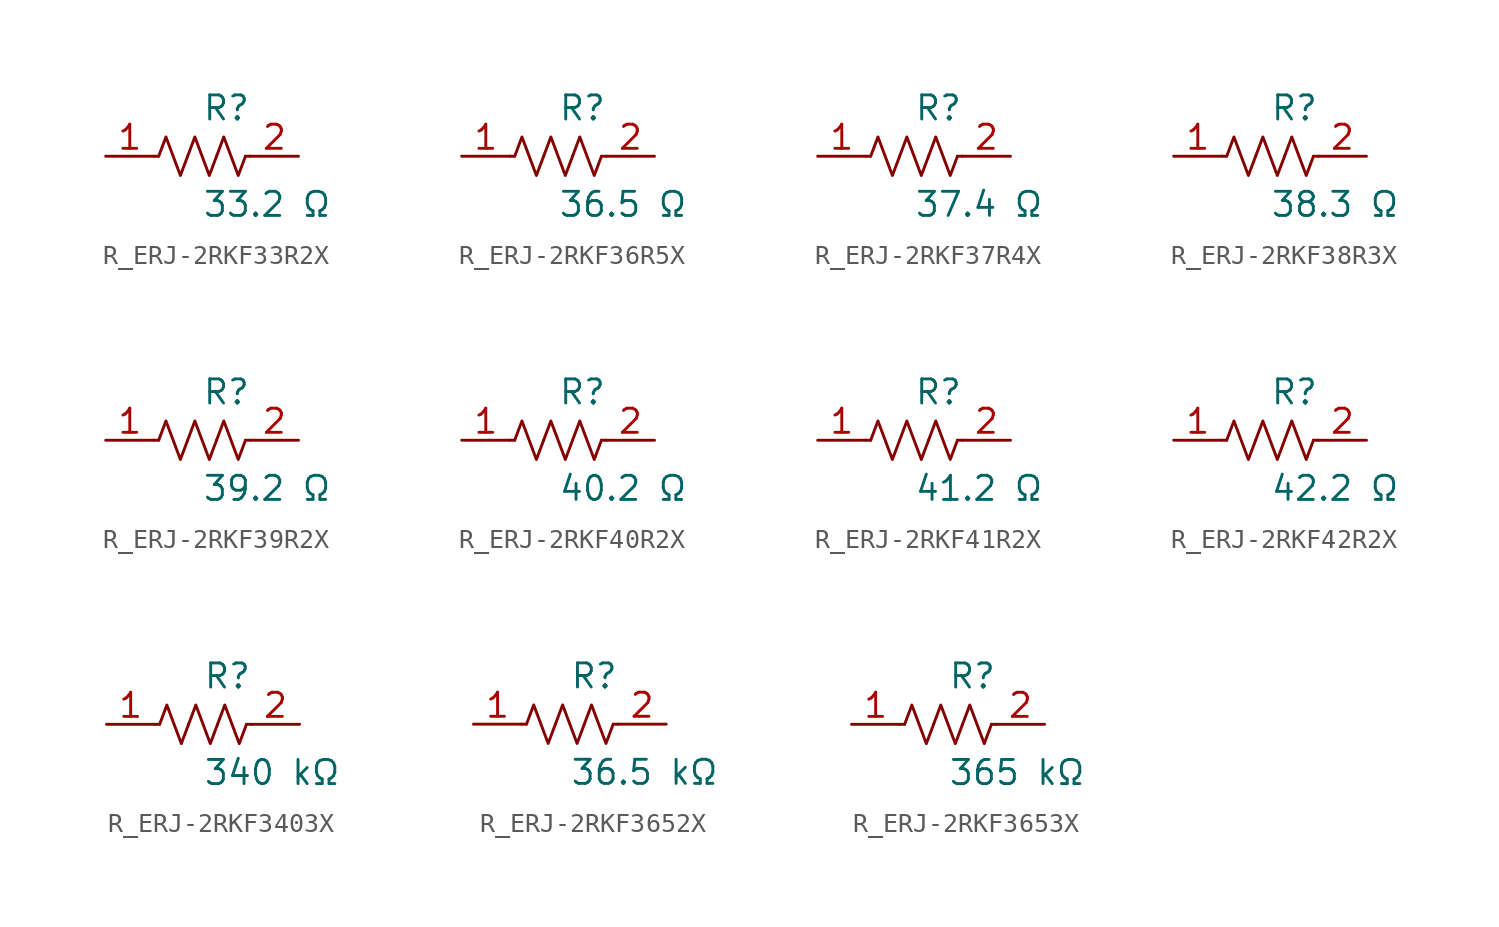
<source format=kicad_sym>
(kicad_symbol_lib
  (version 20231120)
  (generator kicad_symbol_editor)
  (generator_version 8.0)
  (symbol "R_ERJ-2RKF33R2X"
    (pin_names
      (offset 0.254))
    (property "Reference" "R"
      (at 0.0 2.54 0)
      (effects (font (size 1.27 1.27)) (justify left)))
    (property "Value" "33.2 Ω"
      (at 0.0 -2.54 0)
      (effects (font (size 1.27 1.27)) (justify left)))
    (symbol "R_ERJ-2RKF33R2X_0_1"
      (polyline (pts (xy 2.286 0) (xy 2.54 0)) (stroke (width 0) (type default)) (fill (type none)))
      (polyline (pts (xy -2.286 0) (xy -2.54 0)) (stroke (width 0) (type default)) (fill (type none)))
      (polyline (pts (xy 0.762 0) (xy 1.143 1.016) (xy 1.524 0) (xy 1.905 -1.016) (xy 2.286 0)) (stroke (width 0) (type default)) (fill (type none)))
      (polyline (pts (xy -0.762 0) (xy -0.381 1.016) (xy 0 0) (xy 0.381 -1.016) (xy 0.762 0)) (stroke (width 0) (type default)) (fill (type none)))
      (polyline (pts (xy -2.286 0) (xy -1.905 1.016) (xy -1.524 0) (xy -1.143 -1.016) (xy -0.762 0)) (stroke (width 0) (type default)) (fill (type none))))
    (pin unspecified line
      (at -5.08 0 0)
      (length 2.54)
      (name "" (effects (font (size 1.27 1.27))))
      (number "1" (effects (font (size 1.27 1.27)))))
    (pin unspecified line
      (at 5.08 0 180)
      (length 2.54)
      (name "" (effects (font (size 1.27 1.27))))
      (number "2" (effects (font (size 1.27 1.27))))))
  (symbol "R_ERJ-2RKF36R5X"
    (pin_names
      (offset 0.254))
    (property "Reference" "R"
      (at 0.0 2.54 0)
      (effects (font (size 1.27 1.27)) (justify left)))
    (property "Value" "36.5 Ω"
      (at 0.0 -2.54 0)
      (effects (font (size 1.27 1.27)) (justify left)))
    (symbol "R_ERJ-2RKF36R5X_0_1"
      (polyline (pts (xy 2.286 0) (xy 2.54 0)) (stroke (width 0) (type default)) (fill (type none)))
      (polyline (pts (xy -2.286 0) (xy -2.54 0)) (stroke (width 0) (type default)) (fill (type none)))
      (polyline (pts (xy 0.762 0) (xy 1.143 1.016) (xy 1.524 0) (xy 1.905 -1.016) (xy 2.286 0)) (stroke (width 0) (type default)) (fill (type none)))
      (polyline (pts (xy -0.762 0) (xy -0.381 1.016) (xy 0 0) (xy 0.381 -1.016) (xy 0.762 0)) (stroke (width 0) (type default)) (fill (type none)))
      (polyline (pts (xy -2.286 0) (xy -1.905 1.016) (xy -1.524 0) (xy -1.143 -1.016) (xy -0.762 0)) (stroke (width 0) (type default)) (fill (type none))))
    (pin unspecified line
      (at -5.08 0 0)
      (length 2.54)
      (name "" (effects (font (size 1.27 1.27))))
      (number "1" (effects (font (size 1.27 1.27)))))
    (pin unspecified line
      (at 5.08 0 180)
      (length 2.54)
      (name "" (effects (font (size 1.27 1.27))))
      (number "2" (effects (font (size 1.27 1.27))))))
  (symbol "R_ERJ-2RKF37R4X"
    (pin_names
      (offset 0.254))
    (property "Reference" "R"
      (at 0.0 2.54 0)
      (effects (font (size 1.27 1.27)) (justify left)))
    (property "Value" "37.4 Ω"
      (at 0.0 -2.54 0)
      (effects (font (size 1.27 1.27)) (justify left)))
    (symbol "R_ERJ-2RKF37R4X_0_1"
      (polyline (pts (xy 2.286 0) (xy 2.54 0)) (stroke (width 0) (type default)) (fill (type none)))
      (polyline (pts (xy -2.286 0) (xy -2.54 0)) (stroke (width 0) (type default)) (fill (type none)))
      (polyline (pts (xy 0.762 0) (xy 1.143 1.016) (xy 1.524 0) (xy 1.905 -1.016) (xy 2.286 0)) (stroke (width 0) (type default)) (fill (type none)))
      (polyline (pts (xy -0.762 0) (xy -0.381 1.016) (xy 0 0) (xy 0.381 -1.016) (xy 0.762 0)) (stroke (width 0) (type default)) (fill (type none)))
      (polyline (pts (xy -2.286 0) (xy -1.905 1.016) (xy -1.524 0) (xy -1.143 -1.016) (xy -0.762 0)) (stroke (width 0) (type default)) (fill (type none))))
    (pin unspecified line
      (at -5.08 0 0)
      (length 2.54)
      (name "" (effects (font (size 1.27 1.27))))
      (number "1" (effects (font (size 1.27 1.27)))))
    (pin unspecified line
      (at 5.08 0 180)
      (length 2.54)
      (name "" (effects (font (size 1.27 1.27))))
      (number "2" (effects (font (size 1.27 1.27))))))
  (symbol "R_ERJ-2RKF38R3X"
    (pin_names
      (offset 0.254))
    (property "Reference" "R"
      (at 0.0 2.54 0)
      (effects (font (size 1.27 1.27)) (justify left)))
    (property "Value" "38.3 Ω"
      (at 0.0 -2.54 0)
      (effects (font (size 1.27 1.27)) (justify left)))
    (symbol "R_ERJ-2RKF38R3X_0_1"
      (polyline (pts (xy 2.286 0) (xy 2.54 0)) (stroke (width 0) (type default)) (fill (type none)))
      (polyline (pts (xy -2.286 0) (xy -2.54 0)) (stroke (width 0) (type default)) (fill (type none)))
      (polyline (pts (xy 0.762 0) (xy 1.143 1.016) (xy 1.524 0) (xy 1.905 -1.016) (xy 2.286 0)) (stroke (width 0) (type default)) (fill (type none)))
      (polyline (pts (xy -0.762 0) (xy -0.381 1.016) (xy 0 0) (xy 0.381 -1.016) (xy 0.762 0)) (stroke (width 0) (type default)) (fill (type none)))
      (polyline (pts (xy -2.286 0) (xy -1.905 1.016) (xy -1.524 0) (xy -1.143 -1.016) (xy -0.762 0)) (stroke (width 0) (type default)) (fill (type none))))
    (pin unspecified line
      (at -5.08 0 0)
      (length 2.54)
      (name "" (effects (font (size 1.27 1.27))))
      (number "1" (effects (font (size 1.27 1.27)))))
    (pin unspecified line
      (at 5.08 0 180)
      (length 2.54)
      (name "" (effects (font (size 1.27 1.27))))
      (number "2" (effects (font (size 1.27 1.27))))))
  (symbol "R_ERJ-2RKF39R2X"
    (pin_names
      (offset 0.254))
    (property "Reference" "R"
      (at 0.0 2.54 0)
      (effects (font (size 1.27 1.27)) (justify left)))
    (property "Value" "39.2 Ω"
      (at 0.0 -2.54 0)
      (effects (font (size 1.27 1.27)) (justify left)))
    (symbol "R_ERJ-2RKF39R2X_0_1"
      (polyline (pts (xy 2.286 0) (xy 2.54 0)) (stroke (width 0) (type default)) (fill (type none)))
      (polyline (pts (xy -2.286 0) (xy -2.54 0)) (stroke (width 0) (type default)) (fill (type none)))
      (polyline (pts (xy 0.762 0) (xy 1.143 1.016) (xy 1.524 0) (xy 1.905 -1.016) (xy 2.286 0)) (stroke (width 0) (type default)) (fill (type none)))
      (polyline (pts (xy -0.762 0) (xy -0.381 1.016) (xy 0 0) (xy 0.381 -1.016) (xy 0.762 0)) (stroke (width 0) (type default)) (fill (type none)))
      (polyline (pts (xy -2.286 0) (xy -1.905 1.016) (xy -1.524 0) (xy -1.143 -1.016) (xy -0.762 0)) (stroke (width 0) (type default)) (fill (type none))))
    (pin unspecified line
      (at -5.08 0 0)
      (length 2.54)
      (name "" (effects (font (size 1.27 1.27))))
      (number "1" (effects (font (size 1.27 1.27)))))
    (pin unspecified line
      (at 5.08 0 180)
      (length 2.54)
      (name "" (effects (font (size 1.27 1.27))))
      (number "2" (effects (font (size 1.27 1.27))))))
  (symbol "R_ERJ-2RKF40R2X"
    (pin_names
      (offset 0.254))
    (property "Reference" "R"
      (at 0.0 2.54 0)
      (effects (font (size 1.27 1.27)) (justify left)))
    (property "Value" "40.2 Ω"
      (at 0.0 -2.54 0)
      (effects (font (size 1.27 1.27)) (justify left)))
    (symbol "R_ERJ-2RKF40R2X_0_1"
      (polyline (pts (xy 2.286 0) (xy 2.54 0)) (stroke (width 0) (type default)) (fill (type none)))
      (polyline (pts (xy -2.286 0) (xy -2.54 0)) (stroke (width 0) (type default)) (fill (type none)))
      (polyline (pts (xy 0.762 0) (xy 1.143 1.016) (xy 1.524 0) (xy 1.905 -1.016) (xy 2.286 0)) (stroke (width 0) (type default)) (fill (type none)))
      (polyline (pts (xy -0.762 0) (xy -0.381 1.016) (xy 0 0) (xy 0.381 -1.016) (xy 0.762 0)) (stroke (width 0) (type default)) (fill (type none)))
      (polyline (pts (xy -2.286 0) (xy -1.905 1.016) (xy -1.524 0) (xy -1.143 -1.016) (xy -0.762 0)) (stroke (width 0) (type default)) (fill (type none))))
    (pin unspecified line
      (at -5.08 0 0)
      (length 2.54)
      (name "" (effects (font (size 1.27 1.27))))
      (number "1" (effects (font (size 1.27 1.27)))))
    (pin unspecified line
      (at 5.08 0 180)
      (length 2.54)
      (name "" (effects (font (size 1.27 1.27))))
      (number "2" (effects (font (size 1.27 1.27))))))
  (symbol "R_ERJ-2RKF41R2X"
    (pin_names
      (offset 0.254))
    (property "Reference" "R"
      (at 0.0 2.54 0)
      (effects (font (size 1.27 1.27)) (justify left)))
    (property "Value" "41.2 Ω"
      (at 0.0 -2.54 0)
      (effects (font (size 1.27 1.27)) (justify left)))
    (symbol "R_ERJ-2RKF41R2X_0_1"
      (polyline (pts (xy 2.286 0) (xy 2.54 0)) (stroke (width 0) (type default)) (fill (type none)))
      (polyline (pts (xy -2.286 0) (xy -2.54 0)) (stroke (width 0) (type default)) (fill (type none)))
      (polyline (pts (xy 0.762 0) (xy 1.143 1.016) (xy 1.524 0) (xy 1.905 -1.016) (xy 2.286 0)) (stroke (width 0) (type default)) (fill (type none)))
      (polyline (pts (xy -0.762 0) (xy -0.381 1.016) (xy 0 0) (xy 0.381 -1.016) (xy 0.762 0)) (stroke (width 0) (type default)) (fill (type none)))
      (polyline (pts (xy -2.286 0) (xy -1.905 1.016) (xy -1.524 0) (xy -1.143 -1.016) (xy -0.762 0)) (stroke (width 0) (type default)) (fill (type none))))
    (pin unspecified line
      (at -5.08 0 0)
      (length 2.54)
      (name "" (effects (font (size 1.27 1.27))))
      (number "1" (effects (font (size 1.27 1.27)))))
    (pin unspecified line
      (at 5.08 0 180)
      (length 2.54)
      (name "" (effects (font (size 1.27 1.27))))
      (number "2" (effects (font (size 1.27 1.27))))))
  (symbol "R_ERJ-2RKF42R2X"
    (pin_names
      (offset 0.254))
    (property "Reference" "R"
      (at 0.0 2.54 0)
      (effects (font (size 1.27 1.27)) (justify left)))
    (property "Value" "42.2 Ω"
      (at 0.0 -2.54 0)
      (effects (font (size 1.27 1.27)) (justify left)))
    (symbol "R_ERJ-2RKF42R2X_0_1"
      (polyline (pts (xy 2.286 0) (xy 2.54 0)) (stroke (width 0) (type default)) (fill (type none)))
      (polyline (pts (xy -2.286 0) (xy -2.54 0)) (stroke (width 0) (type default)) (fill (type none)))
      (polyline (pts (xy 0.762 0) (xy 1.143 1.016) (xy 1.524 0) (xy 1.905 -1.016) (xy 2.286 0)) (stroke (width 0) (type default)) (fill (type none)))
      (polyline (pts (xy -0.762 0) (xy -0.381 1.016) (xy 0 0) (xy 0.381 -1.016) (xy 0.762 0)) (stroke (width 0) (type default)) (fill (type none)))
      (polyline (pts (xy -2.286 0) (xy -1.905 1.016) (xy -1.524 0) (xy -1.143 -1.016) (xy -0.762 0)) (stroke (width 0) (type default)) (fill (type none))))
    (pin unspecified line
      (at -5.08 0 0)
      (length 2.54)
      (name "" (effects (font (size 1.27 1.27))))
      (number "1" (effects (font (size 1.27 1.27)))))
    (pin unspecified line
      (at 5.08 0 180)
      (length 2.54)
      (name "" (effects (font (size 1.27 1.27))))
      (number "2" (effects (font (size 1.27 1.27))))))
  (symbol "R_ERJ-2RKF3403X"
    (pin_names
      (offset 0.254))
    (property "Reference" "R"
      (at 0.0 2.54 0)
      (effects (font (size 1.27 1.27)) (justify left)))
    (property "Value" "340 kΩ"
      (at 0.0 -2.54 0)
      (effects (font (size 1.27 1.27)) (justify left)))
    (symbol "R_ERJ-2RKF3403X_0_1"
      (polyline (pts (xy 2.286 0) (xy 2.54 0)) (stroke (width 0) (type default)) (fill (type none)))
      (polyline (pts (xy -2.286 0) (xy -2.54 0)) (stroke (width 0) (type default)) (fill (type none)))
      (polyline (pts (xy 0.762 0) (xy 1.143 1.016) (xy 1.524 0) (xy 1.905 -1.016) (xy 2.286 0)) (stroke (width 0) (type default)) (fill (type none)))
      (polyline (pts (xy -0.762 0) (xy -0.381 1.016) (xy 0 0) (xy 0.381 -1.016) (xy 0.762 0)) (stroke (width 0) (type default)) (fill (type none)))
      (polyline (pts (xy -2.286 0) (xy -1.905 1.016) (xy -1.524 0) (xy -1.143 -1.016) (xy -0.762 0)) (stroke (width 0) (type default)) (fill (type none))))
    (pin unspecified line
      (at -5.08 0 0)
      (length 2.54)
      (name "" (effects (font (size 1.27 1.27))))
      (number "1" (effects (font (size 1.27 1.27)))))
    (pin unspecified line
      (at 5.08 0 180)
      (length 2.54)
      (name "" (effects (font (size 1.27 1.27))))
      (number "2" (effects (font (size 1.27 1.27))))))
  (symbol "R_ERJ-2RKF3652X"
    (pin_names
      (offset 0.254))
    (property "Reference" "R"
      (at 0.0 2.54 0)
      (effects (font (size 1.27 1.27)) (justify left)))
    (property "Value" "36.5 kΩ"
      (at 0.0 -2.54 0)
      (effects (font (size 1.27 1.27)) (justify left)))
    (symbol "R_ERJ-2RKF3652X_0_1"
      (polyline (pts (xy 2.286 0) (xy 2.54 0)) (stroke (width 0) (type default)) (fill (type none)))
      (polyline (pts (xy -2.286 0) (xy -2.54 0)) (stroke (width 0) (type default)) (fill (type none)))
      (polyline (pts (xy 0.762 0) (xy 1.143 1.016) (xy 1.524 0) (xy 1.905 -1.016) (xy 2.286 0)) (stroke (width 0) (type default)) (fill (type none)))
      (polyline (pts (xy -0.762 0) (xy -0.381 1.016) (xy 0 0) (xy 0.381 -1.016) (xy 0.762 0)) (stroke (width 0) (type default)) (fill (type none)))
      (polyline (pts (xy -2.286 0) (xy -1.905 1.016) (xy -1.524 0) (xy -1.143 -1.016) (xy -0.762 0)) (stroke (width 0) (type default)) (fill (type none))))
    (pin unspecified line
      (at -5.08 0 0)
      (length 2.54)
      (name "" (effects (font (size 1.27 1.27))))
      (number "1" (effects (font (size 1.27 1.27)))))
    (pin unspecified line
      (at 5.08 0 180)
      (length 2.54)
      (name "" (effects (font (size 1.27 1.27))))
      (number "2" (effects (font (size 1.27 1.27))))))
  (symbol "R_ERJ-2RKF3653X"
    (pin_names
      (offset 0.254))
    (property "Reference" "R"
      (at 0.0 2.54 0)
      (effects (font (size 1.27 1.27)) (justify left)))
    (property "Value" "365 kΩ"
      (at 0.0 -2.54 0)
      (effects (font (size 1.27 1.27)) (justify left)))
    (symbol "R_ERJ-2RKF3653X_0_1"
      (polyline (pts (xy 2.286 0) (xy 2.54 0)) (stroke (width 0) (type default)) (fill (type none)))
      (polyline (pts (xy -2.286 0) (xy -2.54 0)) (stroke (width 0) (type default)) (fill (type none)))
      (polyline (pts (xy 0.762 0) (xy 1.143 1.016) (xy 1.524 0) (xy 1.905 -1.016) (xy 2.286 0)) (stroke (width 0) (type default)) (fill (type none)))
      (polyline (pts (xy -0.762 0) (xy -0.381 1.016) (xy 0 0) (xy 0.381 -1.016) (xy 0.762 0)) (stroke (width 0) (type default)) (fill (type none)))
      (polyline (pts (xy -2.286 0) (xy -1.905 1.016) (xy -1.524 0) (xy -1.143 -1.016) (xy -0.762 0)) (stroke (width 0) (type default)) (fill (type none))))
    (pin unspecified line
      (at -5.08 0 0)
      (length 2.54)
      (name "" (effects (font (size 1.27 1.27))))
      (number "1" (effects (font (size 1.27 1.27)))))
    (pin unspecified line
      (at 5.08 0 180)
      (length 2.54)
      (name "" (effects (font (size 1.27 1.27))))
      (number "2" (effects (font (size 1.27 1.27)))))))
</source>
